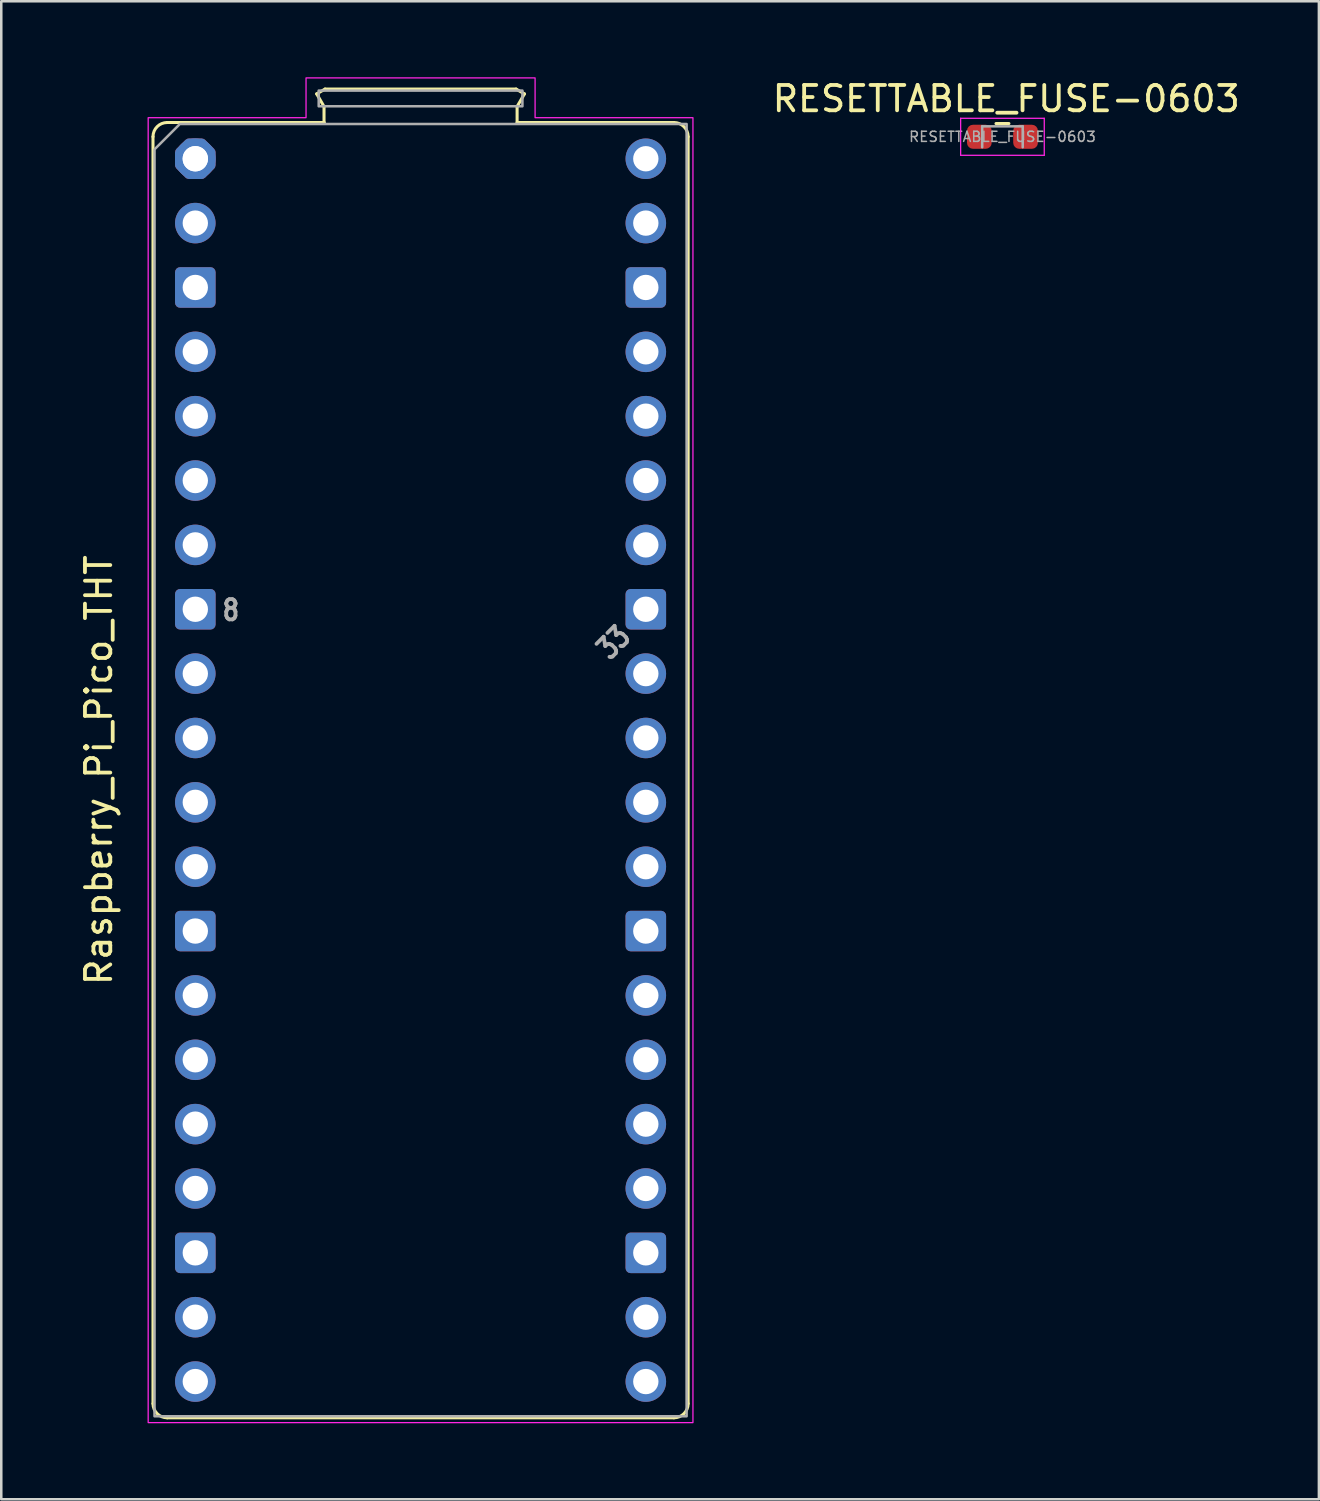
<source format=kicad_pcb>
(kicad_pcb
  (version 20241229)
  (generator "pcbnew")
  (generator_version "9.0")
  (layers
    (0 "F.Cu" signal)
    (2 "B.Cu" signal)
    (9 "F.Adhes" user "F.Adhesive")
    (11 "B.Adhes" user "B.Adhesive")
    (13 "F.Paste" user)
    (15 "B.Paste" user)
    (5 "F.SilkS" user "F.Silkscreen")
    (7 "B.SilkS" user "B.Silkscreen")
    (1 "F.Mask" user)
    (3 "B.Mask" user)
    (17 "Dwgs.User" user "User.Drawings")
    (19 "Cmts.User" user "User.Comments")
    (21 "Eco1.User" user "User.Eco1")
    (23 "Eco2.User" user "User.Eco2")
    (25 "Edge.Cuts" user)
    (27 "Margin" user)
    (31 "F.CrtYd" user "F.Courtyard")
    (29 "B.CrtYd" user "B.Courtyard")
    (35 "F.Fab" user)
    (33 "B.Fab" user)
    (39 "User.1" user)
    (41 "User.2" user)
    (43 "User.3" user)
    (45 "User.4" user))
  (footprint "RESETTABLE_FUSE-0603"
    (layer "F.Cu")
    (at 36.513 2.298)
    (property "Reference" "RESETTABLE_FUSE-0603" (at 0.15 -1.45 0) (layer "F.SilkS") (effects (font (size 1 1) (thickness 0.15))))
    (attr through_hole)
    (fp_line (start -0.255 -0.472) (end 0.255 -0.472) (stroke (width 0.12) (type solid)) (layer "F.SilkS"))
    (fp_line (start -1.65 -0.68) (end 1.65 -0.68) (stroke (width 0.05) (type solid)) (layer "F.CrtYd"))
    (fp_line (start -1.65 0.78) (end -1.65 -0.68) (stroke (width 0.05) (type solid)) (layer "F.CrtYd"))
    (fp_line (start -1.65 0.78) (end 1.65 0.78) (stroke (width 0.05) (type solid)) (layer "F.CrtYd"))
    (fp_line (start 1.65 -0.68) (end 1.65 0.78) (stroke (width 0.05) (type solid)) (layer "F.CrtYd"))
    (fp_line (start -0.8 -0.362) (end 0.8 -0.362) (stroke (width 0.1) (type solid)) (layer "F.Fab"))
    (fp_line (start -0.8 0.463) (end -0.8 -0.362) (stroke (width 0.1) (type solid)) (layer "F.Fab"))
    (fp_line (start 0.8 -0.362) (end 0.8 0.463) (stroke (width 0.1) (type solid)) (layer "F.Fab"))
    (fp_text user "${REFERENCE}" (at 0 0.05 0) (layer "F.Fab") (effects (font (size 0.4 0.4) (thickness 0.06))))
    (pad "1" smd roundrect (at -0.912 0.05) (size 0.975 0.95) (layers "F.Cu" "F.Mask" "F.Paste") (roundrect_rratio 0.25))
    (pad "2" smd roundrect (at 0.912 0.05) (size 0.975 0.95) (layers "F.Cu" "F.Mask" "F.Paste") (roundrect_rratio 0.25)))
  (footprint "Raspberry_Pi_Pico_THT"
    (layer "F.Cu")
    (at 4.658 3.215)
    (property "Reference" "Raspberry_Pi_Pico_THT" (at -3.81 24.13 270) (layer "F.SilkS") (effects (font (size 1 1) (thickness 0.15))))
    (attr through_hole)
    (fp_line (start -1.67 -0.87) (end -1.67 49.13) (stroke (width 0.12) (type solid)) (layer "F.SilkS"))
    (fp_line (start -1.11 -1.43) (end 5.08 -1.43) (stroke (width 0.12) (type solid)) (layer "F.SilkS"))
    (fp_line (start -1.11 49.69) (end 18.89 49.69) (stroke (width 0.12) (type solid)) (layer "F.SilkS"))
    (fp_line (start 4.79 -2.56) (end 5.12 -2.75) (stroke (width 0.12) (type solid)) (layer "F.SilkS"))
    (fp_line (start 5.08 -2.06) (end 4.79 -2.56) (stroke (width 0.12) (type solid)) (layer "F.SilkS"))
    (fp_line (start 5.08 -1.43) (end -1.11 -1.43) (stroke (width 0.12) (type solid)) (layer "F.SilkS"))
    (fp_line (start 5.08 -1.43) (end 5.08 -2.06) (stroke (width 0.12) (type solid)) (layer "F.SilkS"))
    (fp_line (start 5.12 -2.75) (end 12.66 -2.75) (stroke (width 0.12) (type solid)) (layer "F.SilkS"))
    (fp_line (start 12.66 -2.75) (end 12.99 -2.56) (stroke (width 0.12) (type solid)) (layer "F.SilkS"))
    (fp_line (start 12.7 -2.06) (end 12.7 -1.43) (stroke (width 0.12) (type solid)) (layer "F.SilkS"))
    (fp_line (start 12.99 -2.56) (end 12.7 -2.06) (stroke (width 0.12) (type solid)) (layer "F.SilkS"))
    (fp_line (start 18.89 -1.43) (end 12.7 -1.43) (stroke (width 0.12) (type solid)) (layer "F.SilkS"))
    (fp_line (start 19.45 -0.87) (end 19.45 49.13) (stroke (width 0.12) (type solid)) (layer "F.SilkS"))
    (fp_arc (start -1.67 -0.87) (mid -1.50598 -1.26598) (end -1.11 -1.43) (stroke (width 0.12) (type solid)) (layer "F.SilkS"))
    (fp_arc (start -1.11 49.69) (mid -1.50598 49.52598) (end -1.67 49.13) (stroke (width 0.12) (type solid)) (layer "F.SilkS"))
    (fp_arc (start 18.89 -1.43) (mid 19.28598 -1.26598) (end 19.45 -0.87) (stroke (width 0.12) (type solid)) (layer "F.SilkS"))
    (fp_arc (start 19.45 49.13) (mid 19.28598 49.52598) (end 18.89 49.69) (stroke (width 0.12) (type solid)) (layer "F.SilkS"))
    (fp_poly (pts (xy 13.41 -1.62) (xy 19.64 -1.62) (xy 19.64 49.88) (xy -1.86 49.88) (xy -1.86 -1.62) (xy 4.37 -1.62) (xy 4.37 -3.19) (xy 13.41 -3.19)) (stroke (width 0.05) (type solid)) (fill no) (layer "F.CrtYd"))
    (fp_rect (start 4.87 -2.69) (end 12.91 -2.07) (stroke (width 0.1) (type solid)) (fill no) (layer "F.Fab"))
    (fp_poly (pts (xy 19.39 49.63) (xy -1.61 49.63) (xy -1.61 -0.37) (xy -0.61 -1.37) (xy 19.39 -1.37)) (stroke (width 0.1) (type solid)) (fill no) (layer "F.Fab"))
    (fp_text user "8" (at 1 17.818 0) (unlocked yes) (layer "F.Fab") (effects (font (size 0.8 0.64) (thickness 0.15)) (justify left)))
    (fp_text user "33" (at 16.51 19.088 45) (unlocked yes) (layer "F.Fab") (effects (font (size 0.8 0.64) (thickness 0.15))))
    (pad "1" thru_hole circle (at 0 0) (size 1.6 1.6) (drill 1) (layers "*.Cu" "*.Mask"))
    (pad "1" thru_hole custom (at 0 0) (size 1.6 1.6) (drill 1) (layers "*.Cu" "*.Mask") (options (anchor circle)) (primitives (gr_poly (pts (xy 0.6 0.249) (xy 0.249 0.6) (xy -0.249 0.6) (xy -0.6 0.249) (xy -0.6 -0.249) (xy -0.249 -0.6) (xy 0.249 -0.6) (xy 0.6 -0.249)) (width 0.4) (fill yes))))
    (pad "2" thru_hole circle (at 0 2.54) (size 1.6 1.6) (drill 1) (layers "*.Cu" "*.Mask"))
    (pad "3" thru_hole roundrect (at 0 5.08) (size 1.6 1.6) (drill 1) (layers "*.Cu" "*.Mask") (roundrect_rratio 0.125))
    (pad "4" thru_hole circle (at 0 7.62) (size 1.6 1.6) (drill 1) (layers "*.Cu" "*.Mask"))
    (pad "5" thru_hole circle (at 0 10.16) (size 1.6 1.6) (drill 1) (layers "*.Cu" "*.Mask"))
    (pad "6" thru_hole circle (at 0 12.7) (size 1.6 1.6) (drill 1) (layers "*.Cu" "*.Mask"))
    (pad "7" thru_hole circle (at 0 15.24) (size 1.6 1.6) (drill 1) (layers "*.Cu" "*.Mask"))
    (pad "8" thru_hole roundrect (at 0 17.78) (size 1.6 1.6) (drill 1) (layers "*.Cu" "*.Mask") (roundrect_rratio 0.125))
    (pad "9" thru_hole circle (at 0 20.32) (size 1.6 1.6) (drill 1) (layers "*.Cu" "*.Mask"))
    (pad "10" thru_hole circle (at 0 22.86) (size 1.6 1.6) (drill 1) (layers "*.Cu" "*.Mask"))
    (pad "11" thru_hole circle (at 0 25.4) (size 1.6 1.6) (drill 1) (layers "*.Cu" "*.Mask"))
    (pad "12" thru_hole circle (at 0 27.94) (size 1.6 1.6) (drill 1) (layers "*.Cu" "*.Mask"))
    (pad "13" thru_hole roundrect (at 0 30.48) (size 1.6 1.6) (drill 1) (layers "*.Cu" "*.Mask") (roundrect_rratio 0.125))
    (pad "14" thru_hole circle (at 0 33.02) (size 1.6 1.6) (drill 1) (layers "*.Cu" "*.Mask"))
    (pad "15" thru_hole circle (at 0 35.56) (size 1.6 1.6) (drill 1) (layers "*.Cu" "*.Mask"))
    (pad "16" thru_hole circle (at 0 38.1) (size 1.6 1.6) (drill 1) (layers "*.Cu" "*.Mask"))
    (pad "17" thru_hole circle (at 0 40.64) (size 1.6 1.6) (drill 1) (layers "*.Cu" "*.Mask"))
    (pad "18" thru_hole roundrect (at 0 43.18) (size 1.6 1.6) (drill 1) (layers "*.Cu" "*.Mask") (roundrect_rratio 0.125))
    (pad "19" thru_hole circle (at 0 45.72) (size 1.6 1.6) (drill 1) (layers "*.Cu" "*.Mask"))
    (pad "20" thru_hole circle (at 0 48.26) (size 1.6 1.6) (drill 1) (layers "*.Cu" "*.Mask"))
    (pad "21" thru_hole circle (at 17.78 48.26) (size 1.6 1.6) (drill 1) (layers "*.Cu" "*.Mask"))
    (pad "22" thru_hole circle (at 17.78 45.72) (size 1.6 1.6) (drill 1) (layers "*.Cu" "*.Mask"))
    (pad "23" thru_hole roundrect (at 17.78 43.18) (size 1.6 1.6) (drill 1) (layers "*.Cu" "*.Mask") (roundrect_rratio 0.125))
    (pad "24" thru_hole circle (at 17.78 40.64) (size 1.6 1.6) (drill 1) (layers "*.Cu" "*.Mask"))
    (pad "25" thru_hole circle (at 17.78 38.1) (size 1.6 1.6) (drill 1) (layers "*.Cu" "*.Mask"))
    (pad "26" thru_hole circle (at 17.78 35.56) (size 1.6 1.6) (drill 1) (layers "*.Cu" "*.Mask"))
    (pad "27" thru_hole circle (at 17.78 33.02) (size 1.6 1.6) (drill 1) (layers "*.Cu" "*.Mask"))
    (pad "28" thru_hole roundrect (at 17.78 30.48) (size 1.6 1.6) (drill 1) (layers "*.Cu" "*.Mask") (roundrect_rratio 0.125))
    (pad "29" thru_hole circle (at 17.78 27.94) (size 1.6 1.6) (drill 1) (layers "*.Cu" "*.Mask"))
    (pad "30" thru_hole circle (at 17.78 25.4) (size 1.6 1.6) (drill 1) (layers "*.Cu" "*.Mask"))
    (pad "31" thru_hole circle (at 17.78 22.86) (size 1.6 1.6) (drill 1) (layers "*.Cu" "*.Mask"))
    (pad "32" thru_hole circle (at 17.78 20.32) (size 1.6 1.6) (drill 1) (layers "*.Cu" "*.Mask"))
    (pad "33" thru_hole roundrect (at 17.78 17.78) (size 1.6 1.6) (drill 1) (layers "*.Cu" "*.Mask") (roundrect_rratio 0.125))
    (pad "34" thru_hole circle (at 17.78 15.24) (size 1.6 1.6) (drill 1) (layers "*.Cu" "*.Mask"))
    (pad "35" thru_hole circle (at 17.78 12.7) (size 1.6 1.6) (drill 1) (layers "*.Cu" "*.Mask"))
    (pad "36" thru_hole circle (at 17.78 10.16) (size 1.6 1.6) (drill 1) (layers "*.Cu" "*.Mask"))
    (pad "37" thru_hole circle (at 17.78 7.62) (size 1.6 1.6) (drill 1) (layers "*.Cu" "*.Mask"))
    (pad "38" thru_hole roundrect (at 17.78 5.08) (size 1.6 1.6) (drill 1) (layers "*.Cu" "*.Mask") (roundrect_rratio 0.125))
    (pad "39" thru_hole circle (at 17.78 2.54) (size 1.6 1.6) (drill 1) (layers "*.Cu" "*.Mask"))
    (pad "40" thru_hole circle (at 17.78 0) (size 1.6 1.6) (drill 1) (layers "*.Cu" "*.Mask")))
  (gr_rect
    (start -3 -3)
    (end 49.002 56.12)
    (stroke (width 0.1) (type default))
    (fill no)
    (layer "Edge.Cuts")))
</source>
